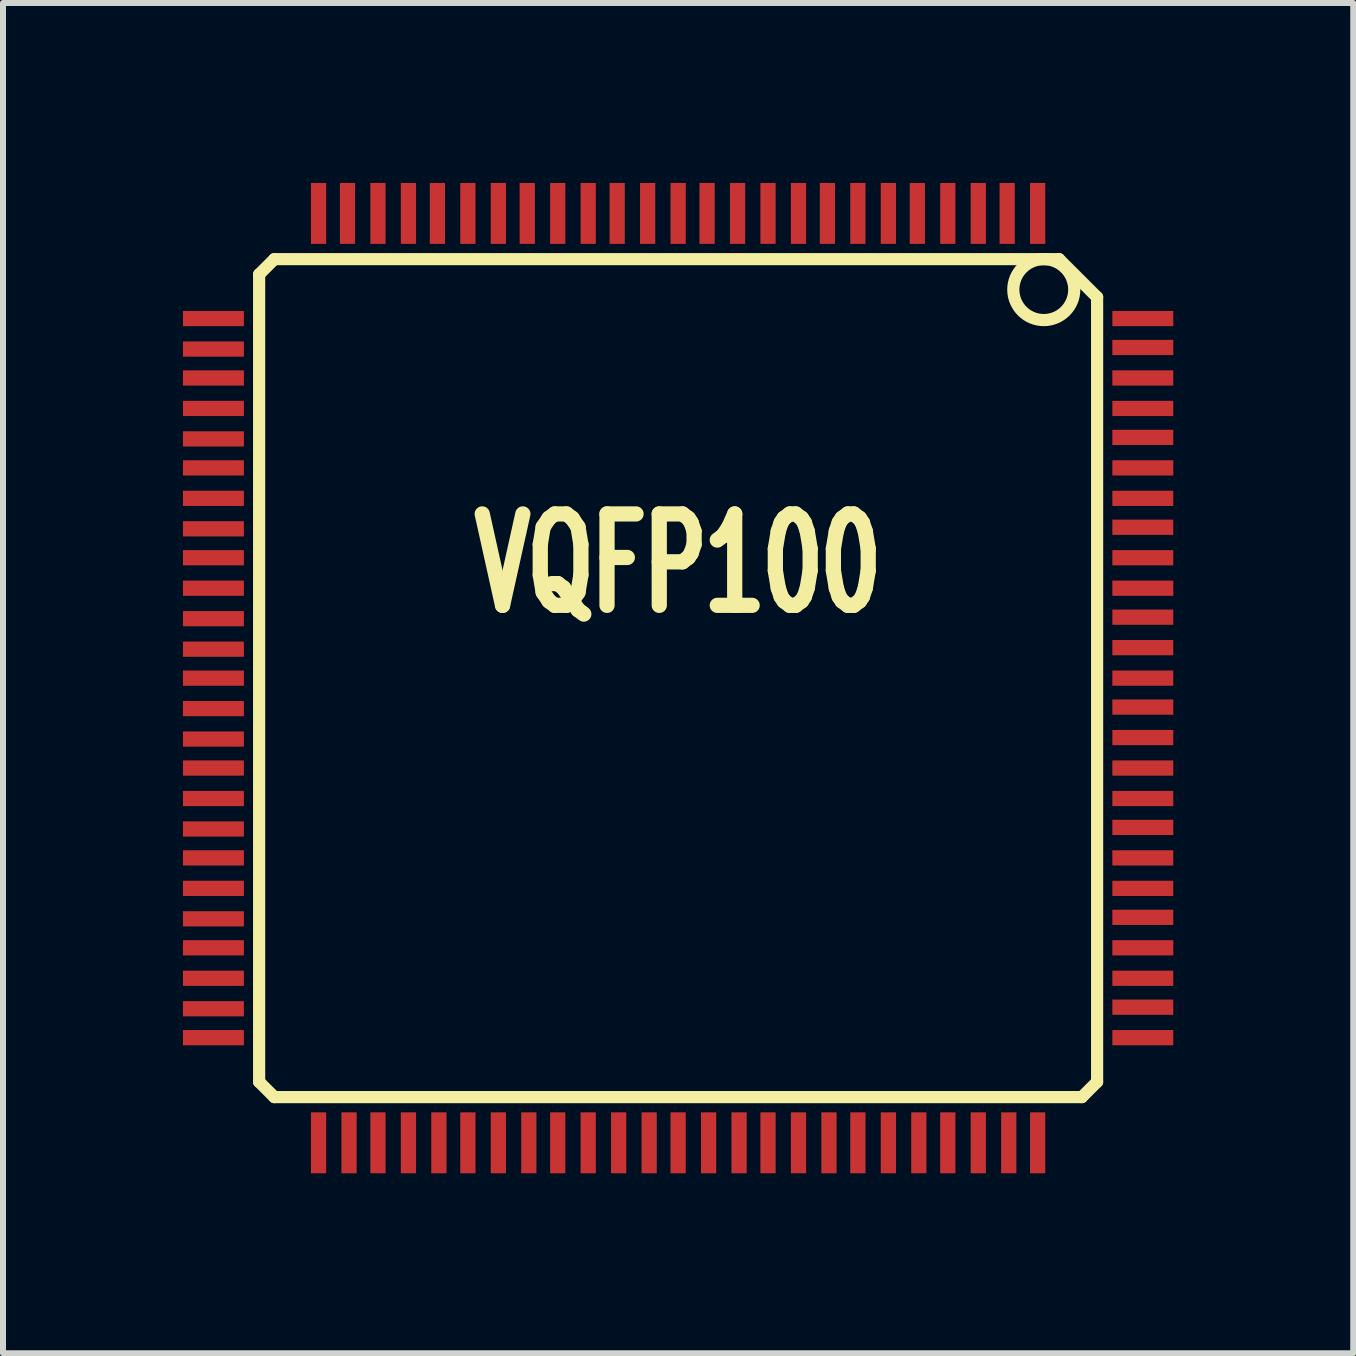
<source format=kicad_pcb>
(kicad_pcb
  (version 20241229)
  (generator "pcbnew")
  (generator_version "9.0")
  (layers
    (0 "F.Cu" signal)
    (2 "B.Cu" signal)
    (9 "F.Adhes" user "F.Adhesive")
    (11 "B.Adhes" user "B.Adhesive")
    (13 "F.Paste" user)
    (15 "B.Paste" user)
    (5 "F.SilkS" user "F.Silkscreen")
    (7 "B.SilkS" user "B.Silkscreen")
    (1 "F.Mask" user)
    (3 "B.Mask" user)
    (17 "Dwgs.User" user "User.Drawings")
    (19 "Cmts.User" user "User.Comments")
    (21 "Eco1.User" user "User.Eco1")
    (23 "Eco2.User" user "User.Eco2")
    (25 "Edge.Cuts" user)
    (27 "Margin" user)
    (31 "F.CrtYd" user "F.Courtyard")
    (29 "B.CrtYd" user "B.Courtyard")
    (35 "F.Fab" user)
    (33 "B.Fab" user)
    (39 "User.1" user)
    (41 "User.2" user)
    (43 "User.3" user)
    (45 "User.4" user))
  (footprint "VQFP100"
    (layer "F.Cu")
    (at 8.255 8.255)
    (property "Reference" "VQFP100" (at 0 -1.905 0) (layer "F.SilkS") (effects (font (size 1.524 1.016) (thickness 0.254))))
    (attr smd)
    (fp_line (start -6.985 -6.731) (end -6.985 6.731) (stroke (width 0.203) (type solid)) (layer "F.SilkS"))
    (fp_line (start -6.985 -6.731) (end -6.731 -6.985) (stroke (width 0.203) (type solid)) (layer "F.SilkS"))
    (fp_line (start -6.985 6.731) (end -6.731 6.985) (stroke (width 0.203) (type solid)) (layer "F.SilkS"))
    (fp_line (start -6.731 6.985) (end 6.731 6.985) (stroke (width 0.203) (type solid)) (layer "F.SilkS"))
    (fp_line (start 6.35 -6.985) (end -6.731 -6.985) (stroke (width 0.203) (type solid)) (layer "F.SilkS"))
    (fp_line (start 6.731 6.985) (end 6.985 6.731) (stroke (width 0.203) (type solid)) (layer "F.SilkS"))
    (fp_line (start 6.985 -6.35) (end 6.35 -6.985) (stroke (width 0.203) (type solid)) (layer "F.SilkS"))
    (fp_line (start 6.985 6.731) (end 6.985 -6.35) (stroke (width 0.203) (type solid)) (layer "F.SilkS"))
    (fp_circle (center 6.096 -6.477) (end 6.096 -6.985) (stroke (width 0.203) (type solid)) (fill no) (layer "F.SilkS"))
    (pad "1" smd rect (at 5.994 -7.747) (size 0.254 1.016) (layers "F.Cu" "F.Mask" "F.Paste"))
    (pad "2" smd rect (at 5.486 -7.747) (size 0.254 1.016) (layers "F.Cu" "F.Mask" "F.Paste"))
    (pad "3" smd rect (at 5.004 -7.747) (size 0.254 1.016) (layers "F.Cu" "F.Mask" "F.Paste"))
    (pad "4" smd rect (at 4.496 -7.747) (size 0.254 1.016) (layers "F.Cu" "F.Mask" "F.Paste"))
    (pad "5" smd rect (at 3.988 -7.747) (size 0.254 1.016) (layers "F.Cu" "F.Mask" "F.Paste"))
    (pad "6" smd rect (at 3.505 -7.747) (size 0.254 1.016) (layers "F.Cu" "F.Mask" "F.Paste"))
    (pad "7" smd rect (at 2.997 -7.747) (size 0.254 1.016) (layers "F.Cu" "F.Mask" "F.Paste"))
    (pad "8" smd rect (at 2.489 -7.747) (size 0.254 1.016) (layers "F.Cu" "F.Mask" "F.Paste"))
    (pad "9" smd rect (at 2.007 -7.747) (size 0.254 1.016) (layers "F.Cu" "F.Mask" "F.Paste"))
    (pad "10" smd rect (at 1.499 -7.747) (size 0.254 1.016) (layers "F.Cu" "F.Mask" "F.Paste"))
    (pad "11" smd rect (at 0.991 -7.747) (size 0.254 1.016) (layers "F.Cu" "F.Mask" "F.Paste"))
    (pad "12" smd rect (at 0.483 -7.747) (size 0.254 1.016) (layers "F.Cu" "F.Mask" "F.Paste"))
    (pad "13" smd rect (at 0 -7.747) (size 0.254 1.016) (layers "F.Cu" "F.Mask" "F.Paste"))
    (pad "14" smd rect (at -0.508 -7.747) (size 0.254 1.016) (layers "F.Cu" "F.Mask" "F.Paste"))
    (pad "15" smd rect (at -1.016 -7.747) (size 0.254 1.016) (layers "F.Cu" "F.Mask" "F.Paste"))
    (pad "16" smd rect (at -1.499 -7.747) (size 0.254 1.016) (layers "F.Cu" "F.Mask" "F.Paste"))
    (pad "17" smd rect (at -2.007 -7.747) (size 0.254 1.016) (layers "F.Cu" "F.Mask" "F.Paste"))
    (pad "18" smd rect (at -2.515 -7.747) (size 0.254 1.016) (layers "F.Cu" "F.Mask" "F.Paste"))
    (pad "19" smd rect (at -2.997 -7.747) (size 0.254 1.016) (layers "F.Cu" "F.Mask" "F.Paste"))
    (pad "20" smd rect (at -3.505 -7.747) (size 0.254 1.016) (layers "F.Cu" "F.Mask" "F.Paste"))
    (pad "21" smd rect (at -4.013 -7.747) (size 0.254 1.016) (layers "F.Cu" "F.Mask" "F.Paste"))
    (pad "22" smd rect (at -4.496 -7.747) (size 0.254 1.016) (layers "F.Cu" "F.Mask" "F.Paste"))
    (pad "23" smd rect (at -5.004 -7.747) (size 0.254 1.016) (layers "F.Cu" "F.Mask" "F.Paste"))
    (pad "24" smd rect (at -5.512 -7.747) (size 0.254 1.016) (layers "F.Cu" "F.Mask" "F.Paste"))
    (pad "25" smd rect (at -5.994 -7.747) (size 0.254 1.016) (layers "F.Cu" "F.Mask" "F.Paste"))
    (pad "26" smd rect (at -7.747 -5.994) (size 1.016 0.254) (layers "F.Cu" "F.Mask" "F.Paste"))
    (pad "27" smd rect (at -7.747 -5.486) (size 1.016 0.254) (layers "F.Cu" "F.Mask" "F.Paste"))
    (pad "28" smd rect (at -7.747 -5.004) (size 1.016 0.254) (layers "F.Cu" "F.Mask" "F.Paste"))
    (pad "29" smd rect (at -7.747 -4.496) (size 1.016 0.254) (layers "F.Cu" "F.Mask" "F.Paste"))
    (pad "30" smd rect (at -7.747 -3.988) (size 1.016 0.254) (layers "F.Cu" "F.Mask" "F.Paste"))
    (pad "31" smd rect (at -7.747 -3.505) (size 1.016 0.254) (layers "F.Cu" "F.Mask" "F.Paste"))
    (pad "32" smd rect (at -7.747 -2.997) (size 1.016 0.254) (layers "F.Cu" "F.Mask" "F.Paste"))
    (pad "33" smd rect (at -7.747 -2.489) (size 1.016 0.254) (layers "F.Cu" "F.Mask" "F.Paste"))
    (pad "34" smd rect (at -7.747 -2.007) (size 1.016 0.254) (layers "F.Cu" "F.Mask" "F.Paste"))
    (pad "35" smd rect (at -7.747 -1.499) (size 1.016 0.254) (layers "F.Cu" "F.Mask" "F.Paste"))
    (pad "36" smd rect (at -7.747 -0.991) (size 1.016 0.254) (layers "F.Cu" "F.Mask" "F.Paste"))
    (pad "37" smd rect (at -7.747 -0.483) (size 1.016 0.254) (layers "F.Cu" "F.Mask" "F.Paste"))
    (pad "38" smd rect (at -7.747 0) (size 1.016 0.254) (layers "F.Cu" "F.Mask" "F.Paste"))
    (pad "39" smd rect (at -7.747 0.508) (size 1.016 0.254) (layers "F.Cu" "F.Mask" "F.Paste"))
    (pad "40" smd rect (at -7.747 1.016) (size 1.016 0.254) (layers "F.Cu" "F.Mask" "F.Paste"))
    (pad "41" smd rect (at -7.747 1.499) (size 1.016 0.254) (layers "F.Cu" "F.Mask" "F.Paste"))
    (pad "42" smd rect (at -7.747 2.007) (size 1.016 0.254) (layers "F.Cu" "F.Mask" "F.Paste"))
    (pad "43" smd rect (at -7.747 2.515) (size 1.016 0.254) (layers "F.Cu" "F.Mask" "F.Paste"))
    (pad "44" smd rect (at -7.747 2.997) (size 1.016 0.254) (layers "F.Cu" "F.Mask" "F.Paste"))
    (pad "45" smd rect (at -7.747 3.505) (size 1.016 0.254) (layers "F.Cu" "F.Mask" "F.Paste"))
    (pad "46" smd rect (at -7.747 4.013) (size 1.016 0.254) (layers "F.Cu" "F.Mask" "F.Paste"))
    (pad "47" smd rect (at -7.747 4.496) (size 1.016 0.254) (layers "F.Cu" "F.Mask" "F.Paste"))
    (pad "48" smd rect (at -7.747 5.004) (size 1.016 0.254) (layers "F.Cu" "F.Mask" "F.Paste"))
    (pad "49" smd rect (at -7.747 5.512) (size 1.016 0.254) (layers "F.Cu" "F.Mask" "F.Paste"))
    (pad "50" smd rect (at -7.747 5.994) (size 1.016 0.254) (layers "F.Cu" "F.Mask" "F.Paste"))
    (pad "51" smd rect (at -5.994 7.747) (size 0.254 1.016) (layers "F.Cu" "F.Mask" "F.Paste"))
    (pad "52" smd rect (at -5.486 7.747) (size 0.254 1.016) (layers "F.Cu" "F.Mask" "F.Paste"))
    (pad "53" smd rect (at -5.004 7.747) (size 0.254 1.016) (layers "F.Cu" "F.Mask" "F.Paste"))
    (pad "54" smd rect (at -4.496 7.747) (size 0.254 1.016) (layers "F.Cu" "F.Mask" "F.Paste"))
    (pad "55" smd rect (at -3.988 7.747) (size 0.254 1.016) (layers "F.Cu" "F.Mask" "F.Paste"))
    (pad "56" smd rect (at -3.505 7.747) (size 0.254 1.016) (layers "F.Cu" "F.Mask" "F.Paste"))
    (pad "57" smd rect (at -2.997 7.747) (size 0.254 1.016) (layers "F.Cu" "F.Mask" "F.Paste"))
    (pad "58" smd rect (at -2.489 7.747) (size 0.254 1.016) (layers "F.Cu" "F.Mask" "F.Paste"))
    (pad "59" smd rect (at -2.007 7.747) (size 0.254 1.016) (layers "F.Cu" "F.Mask" "F.Paste"))
    (pad "60" smd rect (at -1.499 7.747) (size 0.254 1.016) (layers "F.Cu" "F.Mask" "F.Paste"))
    (pad "61" smd rect (at -0.991 7.747) (size 0.254 1.016) (layers "F.Cu" "F.Mask" "F.Paste"))
    (pad "62" smd rect (at -0.483 7.747) (size 0.254 1.016) (layers "F.Cu" "F.Mask" "F.Paste"))
    (pad "63" smd rect (at 0 7.747) (size 0.254 1.016) (layers "F.Cu" "F.Mask" "F.Paste"))
    (pad "64" smd rect (at 0.508 7.747) (size 0.254 1.016) (layers "F.Cu" "F.Mask" "F.Paste"))
    (pad "65" smd rect (at 1.016 7.747) (size 0.254 1.016) (layers "F.Cu" "F.Mask" "F.Paste"))
    (pad "66" smd rect (at 1.499 7.747) (size 0.254 1.016) (layers "F.Cu" "F.Mask" "F.Paste"))
    (pad "67" smd rect (at 2.007 7.747) (size 0.254 1.016) (layers "F.Cu" "F.Mask" "F.Paste"))
    (pad "68" smd rect (at 2.515 7.747) (size 0.254 1.016) (layers "F.Cu" "F.Mask" "F.Paste"))
    (pad "69" smd rect (at 2.997 7.747) (size 0.254 1.016) (layers "F.Cu" "F.Mask" "F.Paste"))
    (pad "70" smd rect (at 3.505 7.747) (size 0.254 1.016) (layers "F.Cu" "F.Mask" "F.Paste"))
    (pad "71" smd rect (at 4.013 7.747) (size 0.254 1.016) (layers "F.Cu" "F.Mask" "F.Paste"))
    (pad "72" smd rect (at 4.496 7.747) (size 0.254 1.016) (layers "F.Cu" "F.Mask" "F.Paste"))
    (pad "73" smd rect (at 5.004 7.747) (size 0.254 1.016) (layers "F.Cu" "F.Mask" "F.Paste"))
    (pad "74" smd rect (at 5.512 7.747) (size 0.254 1.016) (layers "F.Cu" "F.Mask" "F.Paste"))
    (pad "75" smd rect (at 5.994 7.747) (size 0.254 1.016) (layers "F.Cu" "F.Mask" "F.Paste"))
    (pad "76" smd rect (at 7.747 5.994) (size 1.016 0.254) (layers "F.Cu" "F.Mask" "F.Paste"))
    (pad "77" smd rect (at 7.747 5.486) (size 1.016 0.254) (layers "F.Cu" "F.Mask" "F.Paste"))
    (pad "78" smd rect (at 7.747 5.004) (size 1.016 0.254) (layers "F.Cu" "F.Mask" "F.Paste"))
    (pad "79" smd rect (at 7.747 4.496) (size 1.016 0.254) (layers "F.Cu" "F.Mask" "F.Paste"))
    (pad "80" smd rect (at 7.747 3.988) (size 1.016 0.254) (layers "F.Cu" "F.Mask" "F.Paste"))
    (pad "81" smd rect (at 7.747 3.505) (size 1.016 0.254) (layers "F.Cu" "F.Mask" "F.Paste"))
    (pad "82" smd rect (at 7.747 2.997) (size 1.016 0.254) (layers "F.Cu" "F.Mask" "F.Paste"))
    (pad "83" smd rect (at 7.747 2.489) (size 1.016 0.254) (layers "F.Cu" "F.Mask" "F.Paste"))
    (pad "84" smd rect (at 7.747 2.007) (size 1.016 0.254) (layers "F.Cu" "F.Mask" "F.Paste"))
    (pad "85" smd rect (at 7.747 1.499) (size 1.016 0.254) (layers "F.Cu" "F.Mask" "F.Paste"))
    (pad "86" smd rect (at 7.747 0.991) (size 1.016 0.254) (layers "F.Cu" "F.Mask" "F.Paste"))
    (pad "87" smd rect (at 7.747 0.483) (size 1.016 0.254) (layers "F.Cu" "F.Mask" "F.Paste"))
    (pad "88" smd rect (at 7.747 0) (size 1.016 0.254) (layers "F.Cu" "F.Mask" "F.Paste"))
    (pad "89" smd rect (at 7.747 -0.508) (size 1.016 0.254) (layers "F.Cu" "F.Mask" "F.Paste"))
    (pad "90" smd rect (at 7.747 -1.016) (size 1.016 0.254) (layers "F.Cu" "F.Mask" "F.Paste"))
    (pad "91" smd rect (at 7.747 -1.499) (size 1.016 0.254) (layers "F.Cu" "F.Mask" "F.Paste"))
    (pad "92" smd rect (at 7.747 -2.007) (size 1.016 0.254) (layers "F.Cu" "F.Mask" "F.Paste"))
    (pad "93" smd rect (at 7.747 -2.515) (size 1.016 0.254) (layers "F.Cu" "F.Mask" "F.Paste"))
    (pad "94" smd rect (at 7.747 -2.997) (size 1.016 0.254) (layers "F.Cu" "F.Mask" "F.Paste"))
    (pad "95" smd rect (at 7.747 -3.505) (size 1.016 0.254) (layers "F.Cu" "F.Mask" "F.Paste"))
    (pad "96" smd rect (at 7.747 -4.013) (size 1.016 0.254) (layers "F.Cu" "F.Mask" "F.Paste"))
    (pad "97" smd rect (at 7.747 -4.496) (size 1.016 0.254) (layers "F.Cu" "F.Mask" "F.Paste"))
    (pad "98" smd rect (at 7.747 -5.004) (size 1.016 0.254) (layers "F.Cu" "F.Mask" "F.Paste"))
    (pad "99" smd rect (at 7.747 -5.512) (size 1.016 0.254) (layers "F.Cu" "F.Mask" "F.Paste"))
    (pad "100" smd rect (at 7.747 -5.994) (size 1.016 0.254) (layers "F.Cu" "F.Mask" "F.Paste")))
  (gr_rect
    (start -3 -3)
    (end 19.51 19.51)
    (stroke (width 0.1) (type default))
    (fill no)
    (layer "Edge.Cuts")))
</source>
